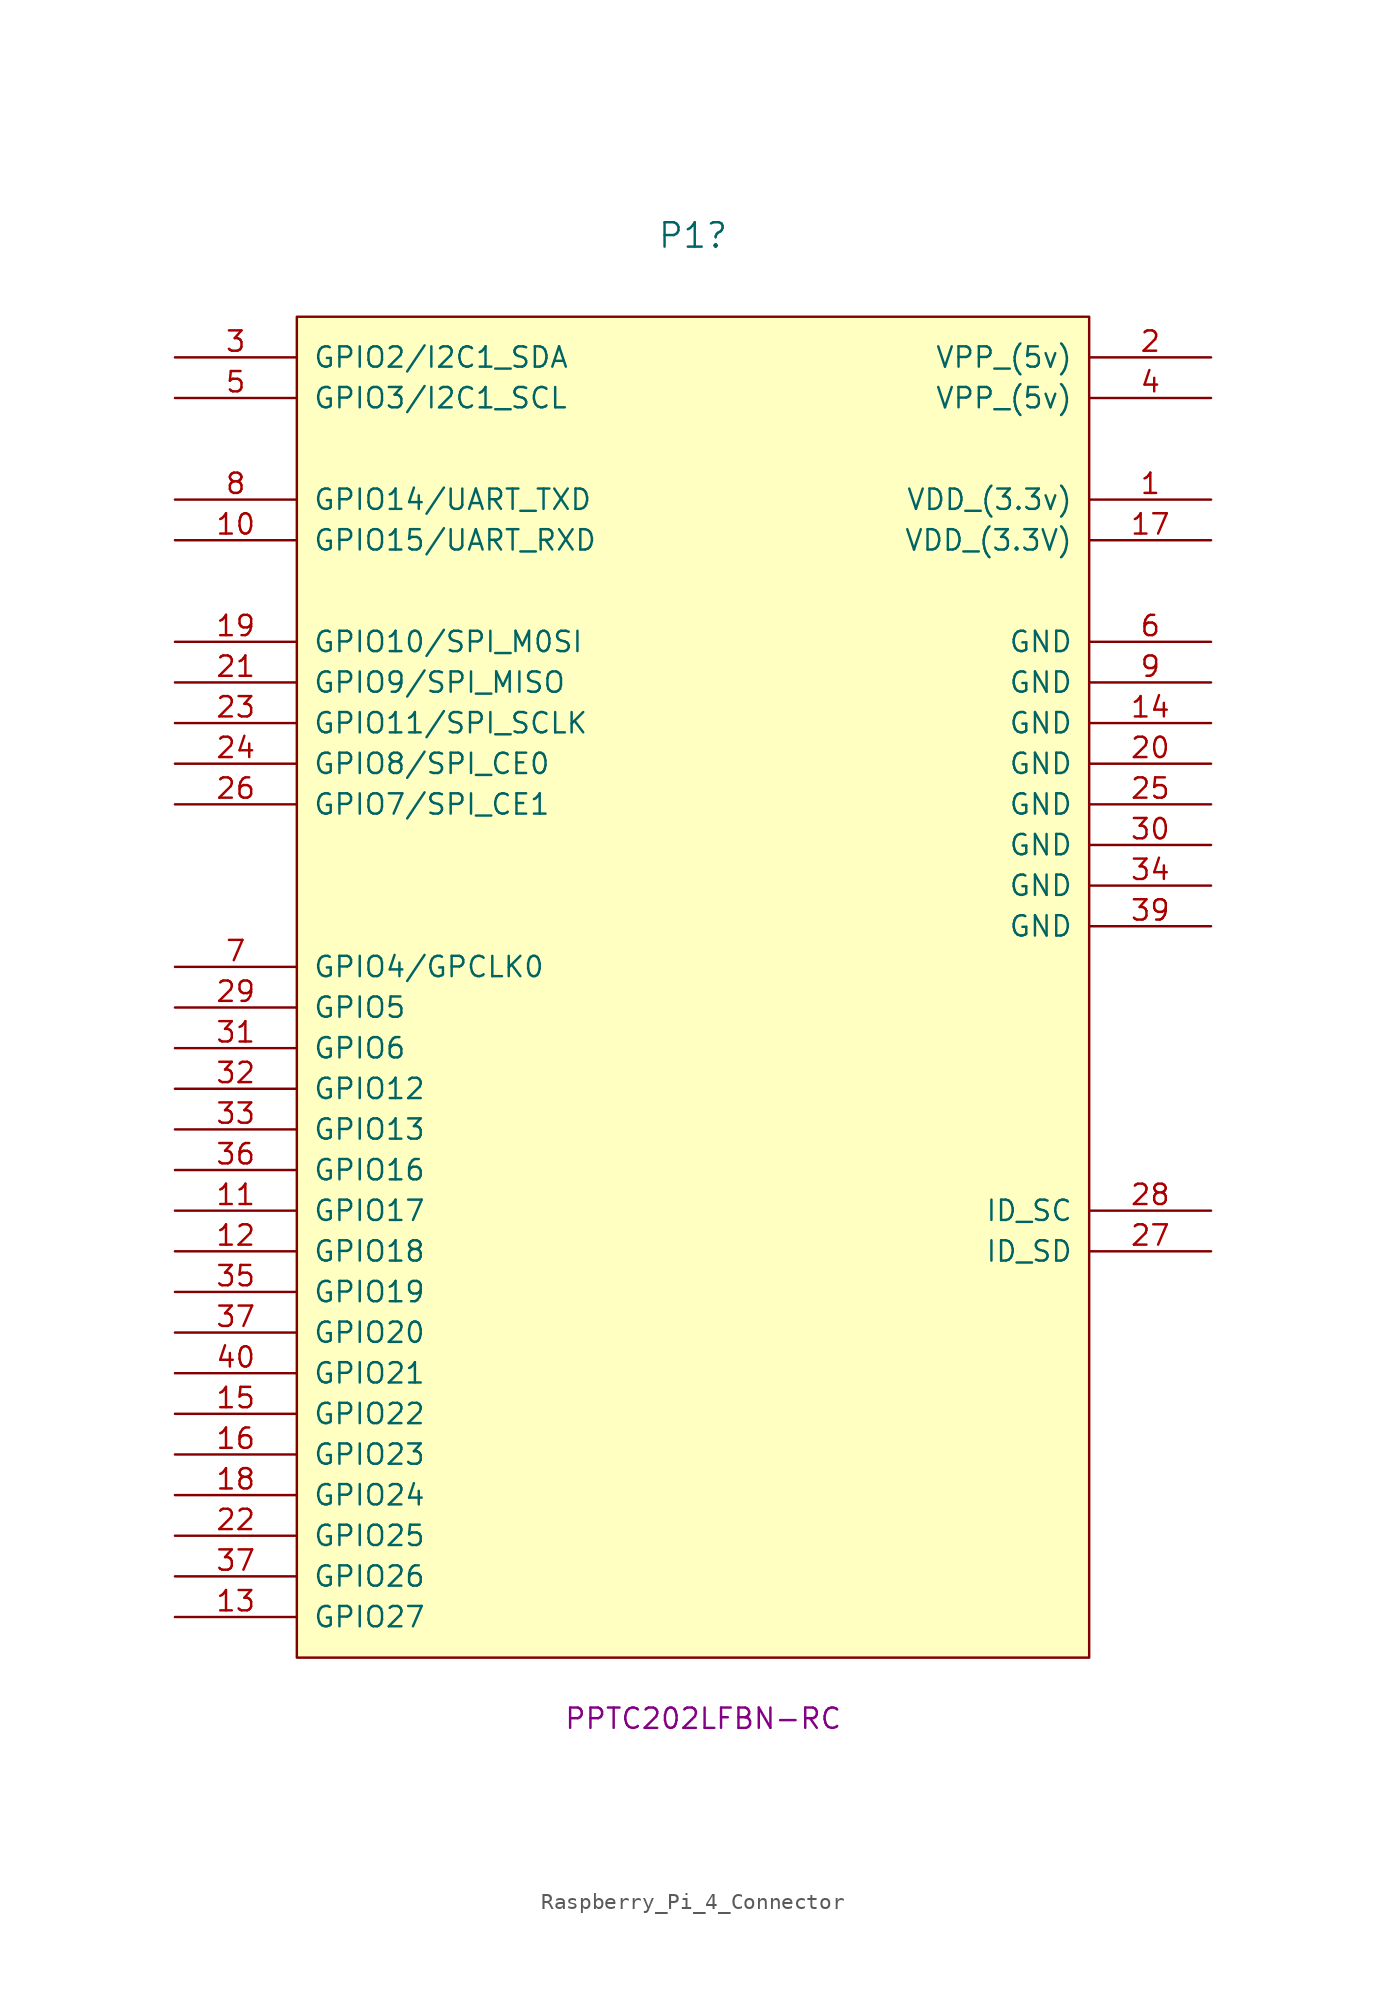
<source format=kicad_sym>
(kicad_symbol_lib
  (version 20220914)
  (generator kicad_symbol_editor)
  (symbol "Raspberry_Pi_4_Connector"
    (pin_names
      (offset 1.016))
    (property "Reference" "P1"
      (at -4.445 53.34 0)
      (effects (font (size 1.524 1.524))))
    (property "MPN" "PPTC202LFBN-RC"
      (at -3.81 -39.37 0)
      (effects (font (size 1.27 1.27))))
    (symbol "Raspberry_Pi_4_Connector_0_1"
      (rectangle (start -29.21 48.26) (end 20.32 -35.56) (stroke (width 0) (type solid)) (fill (type background))))
    (symbol "Raspberry_Pi_4_Connector_1_1"
      (pin input line (at 27.94 36.83 180) (length 7.595) (name "VDD_(3.3v)" (effects (font (size 1.27 1.27)))) (number "1" (effects (font (size 1.27 1.27)))))
      (pin input line (at -36.83 34.29 0) (length 7.595) (name "GPIO15/UART_RXD" (effects (font (size 1.27 1.27)))) (number "10" (effects (font (size 1.27 1.27)))))
      (pin input line (at -36.83 -7.62 0) (length 7.595) (name "GPIO17" (effects (font (size 1.27 1.27)))) (number "11" (effects (font (size 1.27 1.27)))))
      (pin input line (at -36.83 -10.16 0) (length 7.595) (name "GPIO18" (effects (font (size 1.27 1.27)))) (number "12" (effects (font (size 1.27 1.27)))))
      (pin input line (at -36.83 -33.02 0) (length 7.595) (name "GPIO27" (effects (font (size 1.27 1.27)))) (number "13" (effects (font (size 1.27 1.27)))))
      (pin input line (at 27.94 22.86 180) (length 7.595) (name "GND" (effects (font (size 1.27 1.27)))) (number "14" (effects (font (size 1.27 1.27)))))
      (pin input line (at -36.83 -20.32 0) (length 7.595) (name "GPIO22" (effects (font (size 1.27 1.27)))) (number "15" (effects (font (size 1.27 1.27)))))
      (pin input line (at -36.83 -22.86 0) (length 7.595) (name "GPIO23" (effects (font (size 1.27 1.27)))) (number "16" (effects (font (size 1.27 1.27)))))
      (pin input line (at 27.94 34.29 180) (length 7.595) (name "VDD_(3.3V)" (effects (font (size 1.27 1.27)))) (number "17" (effects (font (size 1.27 1.27)))))
      (pin input line (at -36.83 -25.4 0) (length 7.595) (name "GPIO24" (effects (font (size 1.27 1.27)))) (number "18" (effects (font (size 1.27 1.27)))))
      (pin input line (at -36.83 27.94 0) (length 7.595) (name "GPIO10/SPI_M0SI" (effects (font (size 1.27 1.27)))) (number "19" (effects (font (size 1.27 1.27)))))
      (pin input line (at 27.94 45.72 180) (length 7.595) (name "VPP_(5v)" (effects (font (size 1.27 1.27)))) (number "2" (effects (font (size 1.27 1.27)))))
      (pin input line (at 27.94 20.32 180) (length 7.595) (name "GND" (effects (font (size 1.27 1.27)))) (number "20" (effects (font (size 1.27 1.27)))))
      (pin input line (at -36.83 25.4 0) (length 7.595) (name "GPIO9/SPI_MISO" (effects (font (size 1.27 1.27)))) (number "21" (effects (font (size 1.27 1.27)))))
      (pin input line (at -36.83 -27.94 0) (length 7.595) (name "GPIO25" (effects (font (size 1.27 1.27)))) (number "22" (effects (font (size 1.27 1.27)))))
      (pin input line (at -36.83 22.86 0) (length 7.595) (name "GPIO11/SPI_SCLK" (effects (font (size 1.27 1.27)))) (number "23" (effects (font (size 1.27 1.27)))))
      (pin input line (at -36.83 20.32 0) (length 7.595) (name "GPIO8/SPI_CE0" (effects (font (size 1.27 1.27)))) (number "24" (effects (font (size 1.27 1.27)))))
      (pin input line (at 27.94 17.78 180) (length 7.595) (name "GND" (effects (font (size 1.27 1.27)))) (number "25" (effects (font (size 1.27 1.27)))))
      (pin input line (at -36.83 17.78 0) (length 7.595) (name "GPIO7/SPI_CE1" (effects (font (size 1.27 1.27)))) (number "26" (effects (font (size 1.27 1.27)))))
      (pin input line (at 27.94 -10.16 180) (length 7.595) (name "ID_SD" (effects (font (size 1.27 1.27)))) (number "27" (effects (font (size 1.27 1.27)))))
      (pin input line (at 27.94 -7.62 180) (length 7.595) (name "ID_SC" (effects (font (size 1.27 1.27)))) (number "28" (effects (font (size 1.27 1.27)))))
      (pin input line (at -36.83 5.08 0) (length 7.595) (name "GPIO5" (effects (font (size 1.27 1.27)))) (number "29" (effects (font (size 1.27 1.27)))))
      (pin input line (at -36.83 45.72 0) (length 7.595) (name "GPIO2/I2C1_SDA" (effects (font (size 1.27 1.27)))) (number "3" (effects (font (size 1.27 1.27)))))
      (pin input line (at 27.94 15.24 180) (length 7.595) (name "GND" (effects (font (size 1.27 1.27)))) (number "30" (effects (font (size 1.27 1.27)))))
      (pin input line (at -36.83 2.54 0) (length 7.595) (name "GPIO6" (effects (font (size 1.27 1.27)))) (number "31" (effects (font (size 1.27 1.27)))))
      (pin input line (at -36.83 0 0) (length 7.595) (name "GPIO12" (effects (font (size 1.27 1.27)))) (number "32" (effects (font (size 1.27 1.27)))))
      (pin input line (at -36.83 -2.54 0) (length 7.595) (name "GPIO13" (effects (font (size 1.27 1.27)))) (number "33" (effects (font (size 1.27 1.27)))))
      (pin input line (at 27.94 12.7 180) (length 7.595) (name "GND" (effects (font (size 1.27 1.27)))) (number "34" (effects (font (size 1.27 1.27)))))
      (pin input line (at -36.83 -12.7 0) (length 7.595) (name "GPIO19" (effects (font (size 1.27 1.27)))) (number "35" (effects (font (size 1.27 1.27)))))
      (pin input line (at -36.83 -5.08 0) (length 7.595) (name "GPIO16" (effects (font (size 1.27 1.27)))) (number "36" (effects (font (size 1.27 1.27)))))
      (pin input line (at -36.83 -15.24 0) (length 7.595) (name "GPIO20" (effects (font (size 1.27 1.27)))) (number "37" (effects (font (size 1.27 1.27)))))
      (pin input line (at -36.83 -30.48 0) (length 7.595) (name "GPIO26" (effects (font (size 1.27 1.27)))) (number "37" (effects (font (size 1.27 1.27)))))
      (pin input line (at 27.94 10.16 180) (length 7.595) (name "GND" (effects (font (size 1.27 1.27)))) (number "39" (effects (font (size 1.27 1.27)))))
      (pin input line (at 27.94 43.18 180) (length 7.595) (name "VPP_(5v)" (effects (font (size 1.27 1.27)))) (number "4" (effects (font (size 1.27 1.27)))))
      (pin input line (at -36.83 -17.78 0) (length 7.595) (name "GPIO21" (effects (font (size 1.27 1.27)))) (number "40" (effects (font (size 1.27 1.27)))))
      (pin input line (at -36.83 43.18 0) (length 7.595) (name "GPIO3/I2C1_SCL" (effects (font (size 1.27 1.27)))) (number "5" (effects (font (size 1.27 1.27)))))
      (pin input line (at 27.94 27.94 180) (length 7.595) (name "GND" (effects (font (size 1.27 1.27)))) (number "6" (effects (font (size 1.27 1.27)))))
      (pin input line (at -36.83 7.62 0) (length 7.595) (name "GPIO4/GPCLK0" (effects (font (size 1.27 1.27)))) (number "7" (effects (font (size 1.27 1.27)))))
      (pin input line (at -36.83 36.83 0) (length 7.595) (name "GPIO14/UART_TXD" (effects (font (size 1.27 1.27)))) (number "8" (effects (font (size 1.27 1.27)))))
      (pin input line (at 27.94 25.4 180) (length 7.595) (name "GND" (effects (font (size 1.27 1.27)))) (number "9" (effects (font (size 1.27 1.27))))))))
</source>
